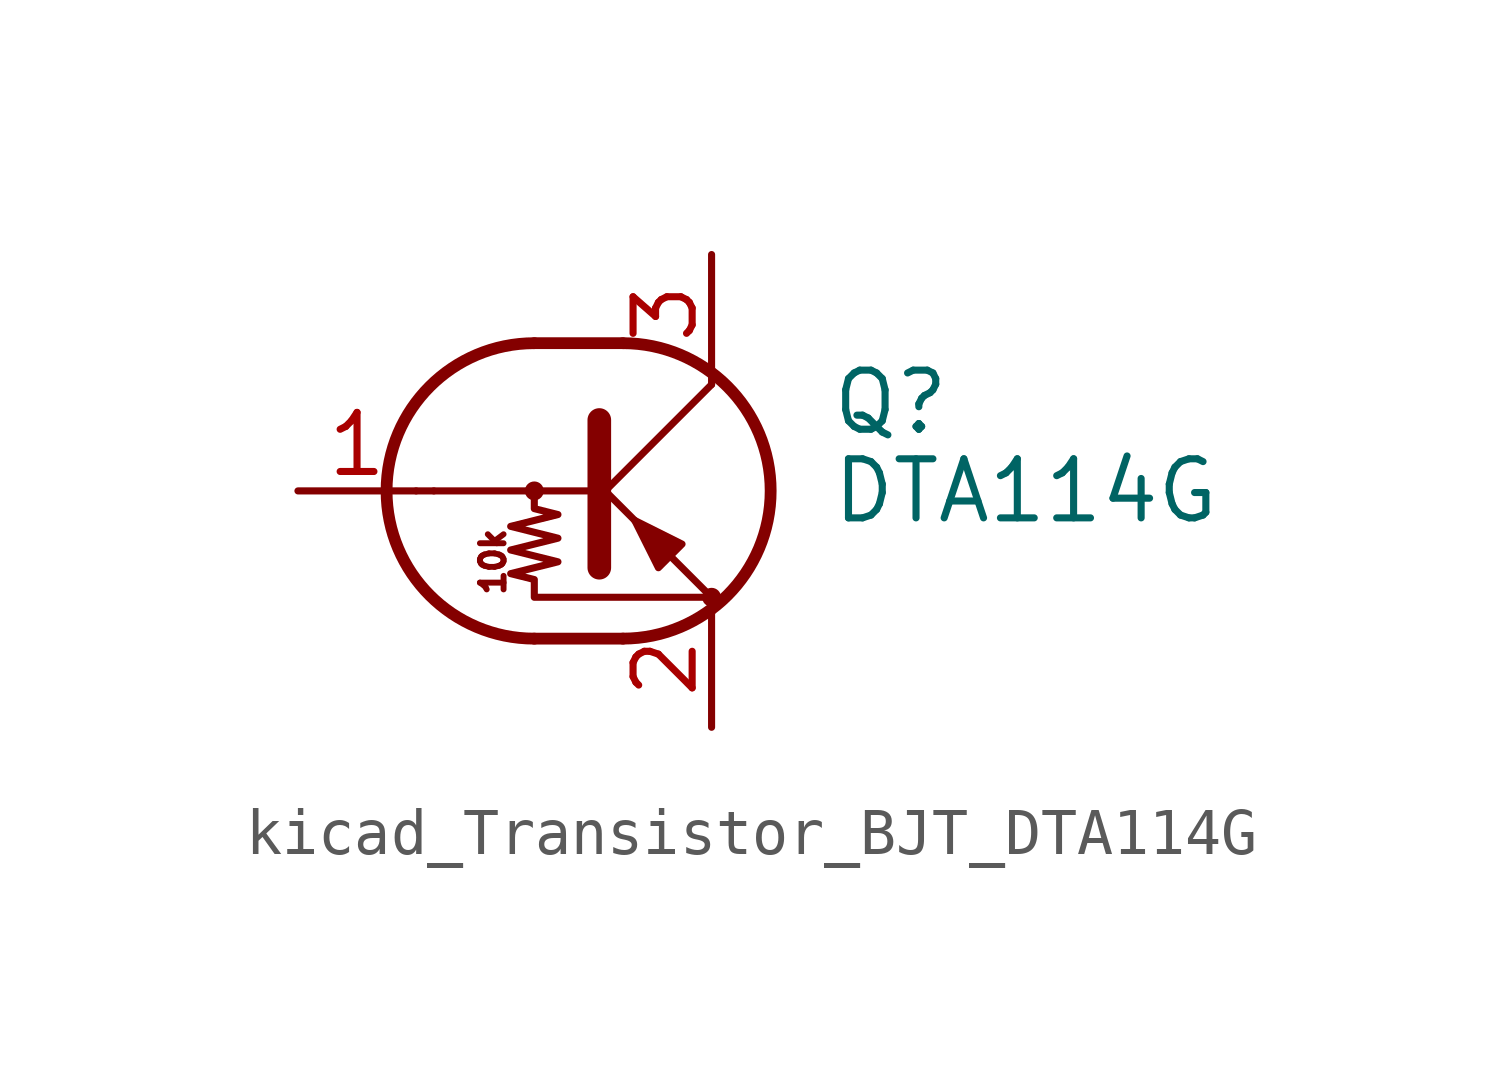
<source format=kicad_sym>
(kicad_symbol_lib
  (version 20220914)
  (generator kicad_symbol_editor)
  (symbol "kicad_Transistor_BJT_DTA114G"
    (pin_names
      (offset 0) hide)
    (property "Reference" "Q"
      (at 5.08 1.905 0)
      (effects (font (size 1.27 1.27)) (justify left)))
    (property "Value" "DTA114G"
      (at 5.08 0 0)
      (effects (font (size 1.27 1.27)) (justify left)))
    (symbol "kicad_Transistor_BJT_DTA114G_0_0"
      (polyline (pts (xy -3.429 0) (xy 0 0)) (stroke (width 0) (type default)) (fill (type none)))
      (text "10k" (at -2.159 -1.524 900) (effects (font (size 0.508 0.508)))))
    (symbol "kicad_Transistor_BJT_DTA114G_0_1"
      (circle (center -1.27 0) (radius 0.127) (stroke (width 0) (type default)) (fill (type none)))
      (arc (start -1.27 3.175) (mid -4.4312 0) (end -1.27 -3.175) (stroke (width 0.254) (type default)) (fill (type none)))
      (polyline (pts (xy -3.429 0) (xy -3.81 0)) (stroke (width 0) (type default)) (fill (type none)))
      (polyline (pts (xy -1.27 -3.175) (xy 0.635 -3.175)) (stroke (width 0.254) (type default)) (fill (type none)))
      (polyline (pts (xy -1.27 3.175) (xy 0.635 3.175)) (stroke (width 0.254) (type default)) (fill (type none)))
      (polyline (pts (xy 0 -0.254) (xy 2.54 2.286)) (stroke (width 0) (type default)) (fill (type none)))
      (polyline (pts (xy 0.127 1.524) (xy 0.127 -1.651)) (stroke (width 0.508) (type default)) (fill (type outline)))
      (polyline (pts (xy 2.54 2.286) (xy 2.54 2.54)) (stroke (width 0) (type default)) (fill (type none)))
      (polyline (pts (xy 2.54 -2.286) (xy 0 0.254) (xy 0 0.254)) (stroke (width 0) (type default)) (fill (type none)))
      (polyline (pts (xy 1.397 -1.651) (xy 1.905 -1.143) (xy 0.889 -0.635) (xy 1.397 -1.651)) (stroke (width 0) (type default)) (fill (type outline)))
      (polyline (pts (xy -1.27 0) (xy -1.27 -0.381) (xy -0.762 -0.508) (xy -1.778 -0.762) (xy -0.762 -1.016) (xy -1.778 -1.27) (xy -0.762 -1.524) (xy -1.778 -1.778) (xy -1.27 -1.905) (xy -1.27 -2.286) (xy 2.54 -2.286)) (stroke (width 0) (type default)) (fill (type none)))
      (arc (start 0.635 -3.175) (mid 3.7962 0) (end 0.635 3.175) (stroke (width 0.254) (type default)) (fill (type none)))
      (circle (center 2.54 -2.286) (radius 0.127) (stroke (width 0) (type default)) (fill (type none))))
    (symbol "kicad_Transistor_BJT_DTA114G_1_1"
      (pin input line (at -6.35 0 0) (length 2.54) (name "B" (effects (font (size 1.27 1.27)))) (number "1" (effects (font (size 1.27 1.27)))))
      (pin passive line (at 2.54 -5.08 90) (length 2.54) (name "E" (effects (font (size 1.27 1.27)))) (number "2" (effects (font (size 1.27 1.27)))))
      (pin passive line (at 2.54 5.08 270) (length 2.54) (name "C" (effects (font (size 1.27 1.27)))) (number "3" (effects (font (size 1.27 1.27))))))))
</source>
